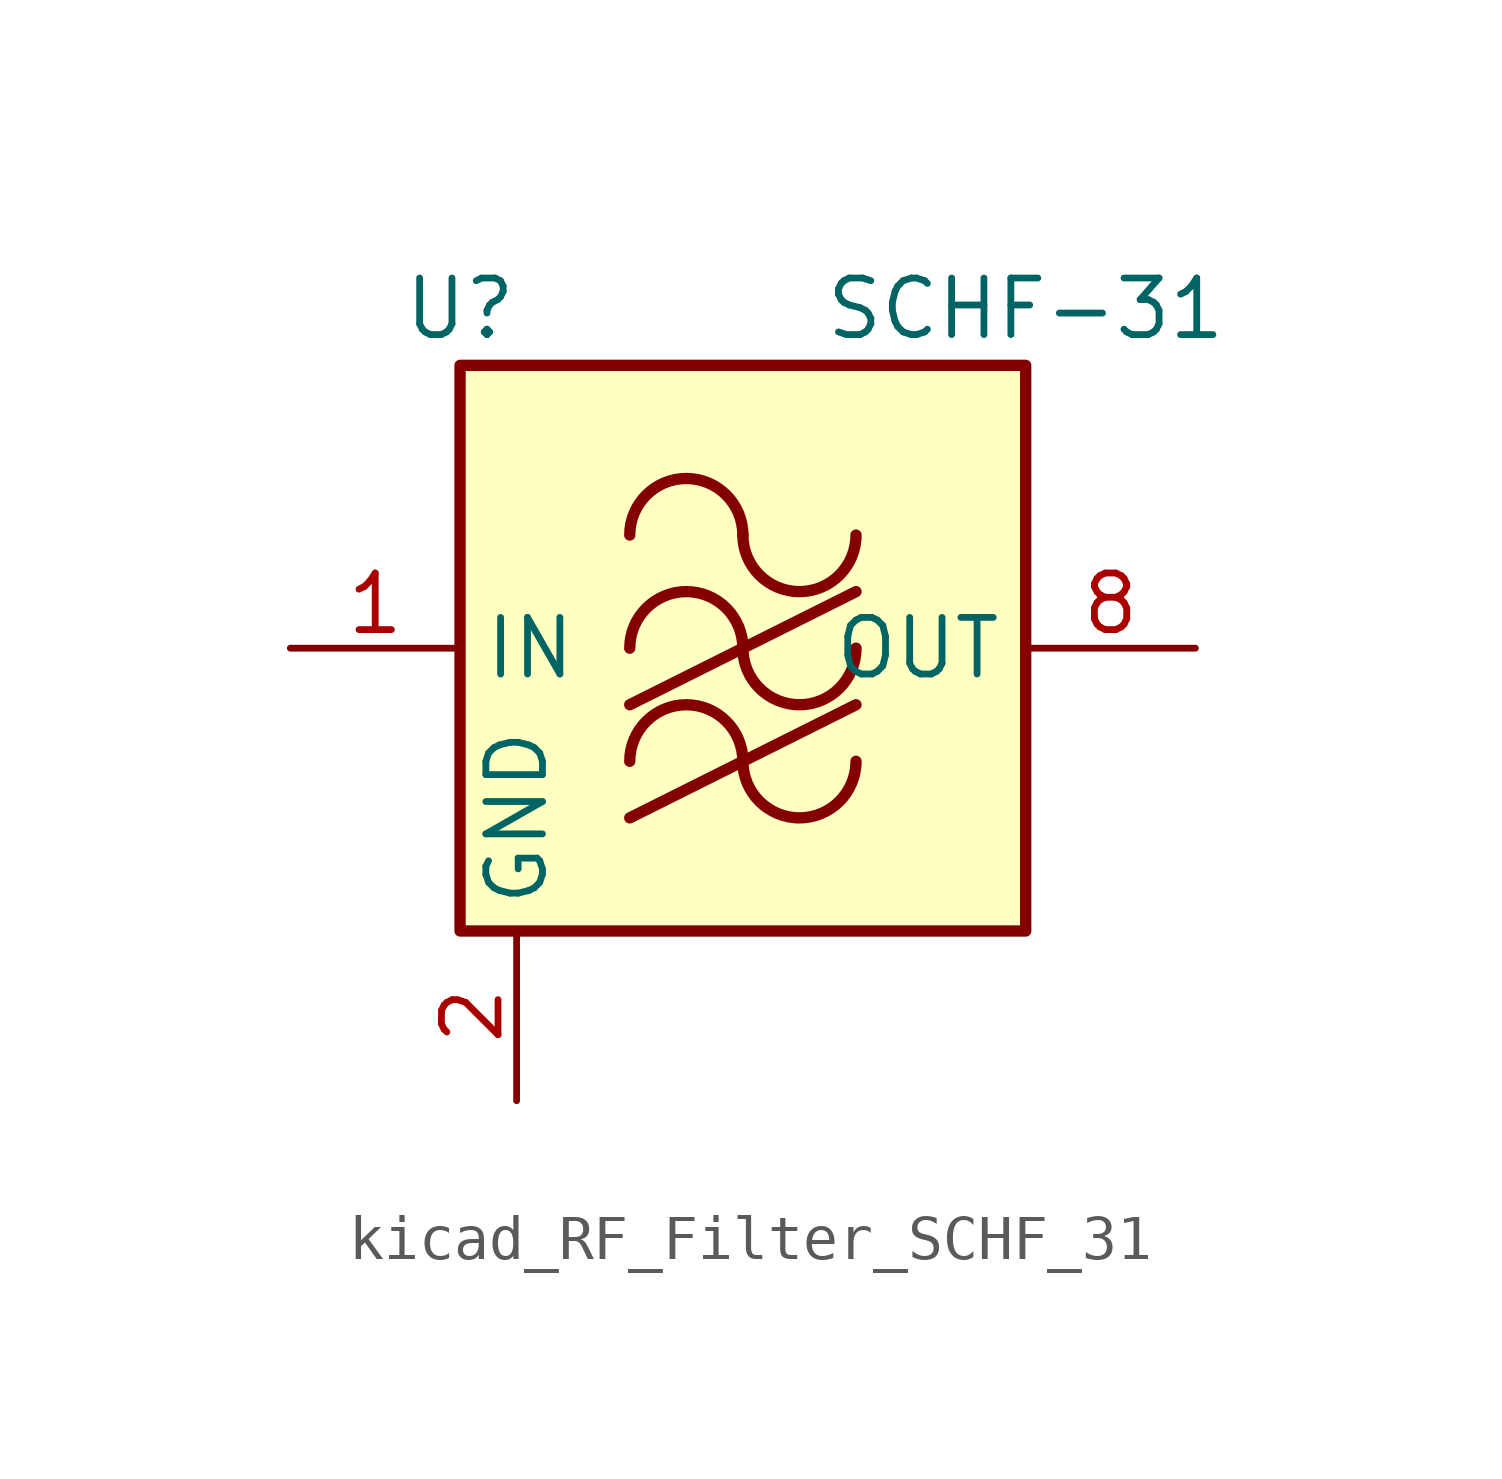
<source format=kicad_sym>
(kicad_symbol_lib
  (version 20220914)
  (generator kicad_symbol_editor)
  (symbol "kicad_RF_Filter_SCHF_31"
    (property "Reference" "U"
      (at -6.35 7.62 0)
      (effects (font (size 1.27 1.27))))
    (property "Value" "SCHF-31"
      (at 6.35 7.62 0)
      (effects (font (size 1.27 1.27))))
    (symbol "kicad_RF_Filter_SCHF_31_0_1"
      (rectangle (start -6.35 6.35) (end 6.35 -6.35) (stroke (width 0.254) (type default)) (fill (type background)))
      (arc (start 0 -2.54) (mid -1.27 -1.2755) (end -2.54 -2.54) (stroke (width 0.254) (type default)) (fill (type none)))
      (arc (start 0 -2.54) (mid 1.27 -3.8045) (end 2.54 -2.54) (stroke (width 0.254) (type default)) (fill (type none)))
      (arc (start 0 0) (mid -1.27 1.2645) (end -2.54 0) (stroke (width 0.254) (type default)) (fill (type none)))
      (polyline (pts (xy -2.54 -3.81) (xy 2.54 -1.27)) (stroke (width 0.254) (type default)) (fill (type none)))
      (polyline (pts (xy -2.54 -1.27) (xy 2.54 1.27)) (stroke (width 0.254) (type default)) (fill (type none)))
      (arc (start 0 0) (mid 1.27 -1.2645) (end 2.54 0) (stroke (width 0.254) (type default)) (fill (type none)))
      (arc (start 0 2.54) (mid -1.27 3.8045) (end -2.54 2.54) (stroke (width 0.254) (type default)) (fill (type none)))
      (arc (start 0 2.54) (mid 1.27 1.2755) (end 2.54 2.54) (stroke (width 0.254) (type default)) (fill (type none))))
    (symbol "kicad_RF_Filter_SCHF_31_1_1"
      (pin input line (at -10.16 0 0) (length 3.81) (name "IN" (effects (font (size 1.27 1.27)))) (number "1" (effects (font (size 1.27 1.27)))))
      (pin power_in line (at -5.08 -10.16 90) (length 3.81) (name "GND" (effects (font (size 1.27 1.27)))) (number "2" (effects (font (size 1.27 1.27)))))
      (pin passive line (at -5.08 -10.16 90) (length 3.81) hide (name "GND" (effects (font (size 1.27 1.27)))) (number "3" (effects (font (size 1.27 1.27)))))
      (pin passive line (at -5.08 -10.16 90) (length 3.81) hide (name "GND" (effects (font (size 1.27 1.27)))) (number "4" (effects (font (size 1.27 1.27)))))
      (pin passive line (at -5.08 -10.16 90) (length 3.81) hide (name "GND" (effects (font (size 1.27 1.27)))) (number "5" (effects (font (size 1.27 1.27)))))
      (pin passive line (at -5.08 -10.16 90) (length 3.81) hide (name "GND" (effects (font (size 1.27 1.27)))) (number "6" (effects (font (size 1.27 1.27)))))
      (pin passive line (at -5.08 -10.16 90) (length 3.81) hide (name "GND" (effects (font (size 1.27 1.27)))) (number "7" (effects (font (size 1.27 1.27)))))
      (pin output line (at 10.16 0 180) (length 3.81) (name "OUT" (effects (font (size 1.27 1.27)))) (number "8" (effects (font (size 1.27 1.27))))))))
</source>
